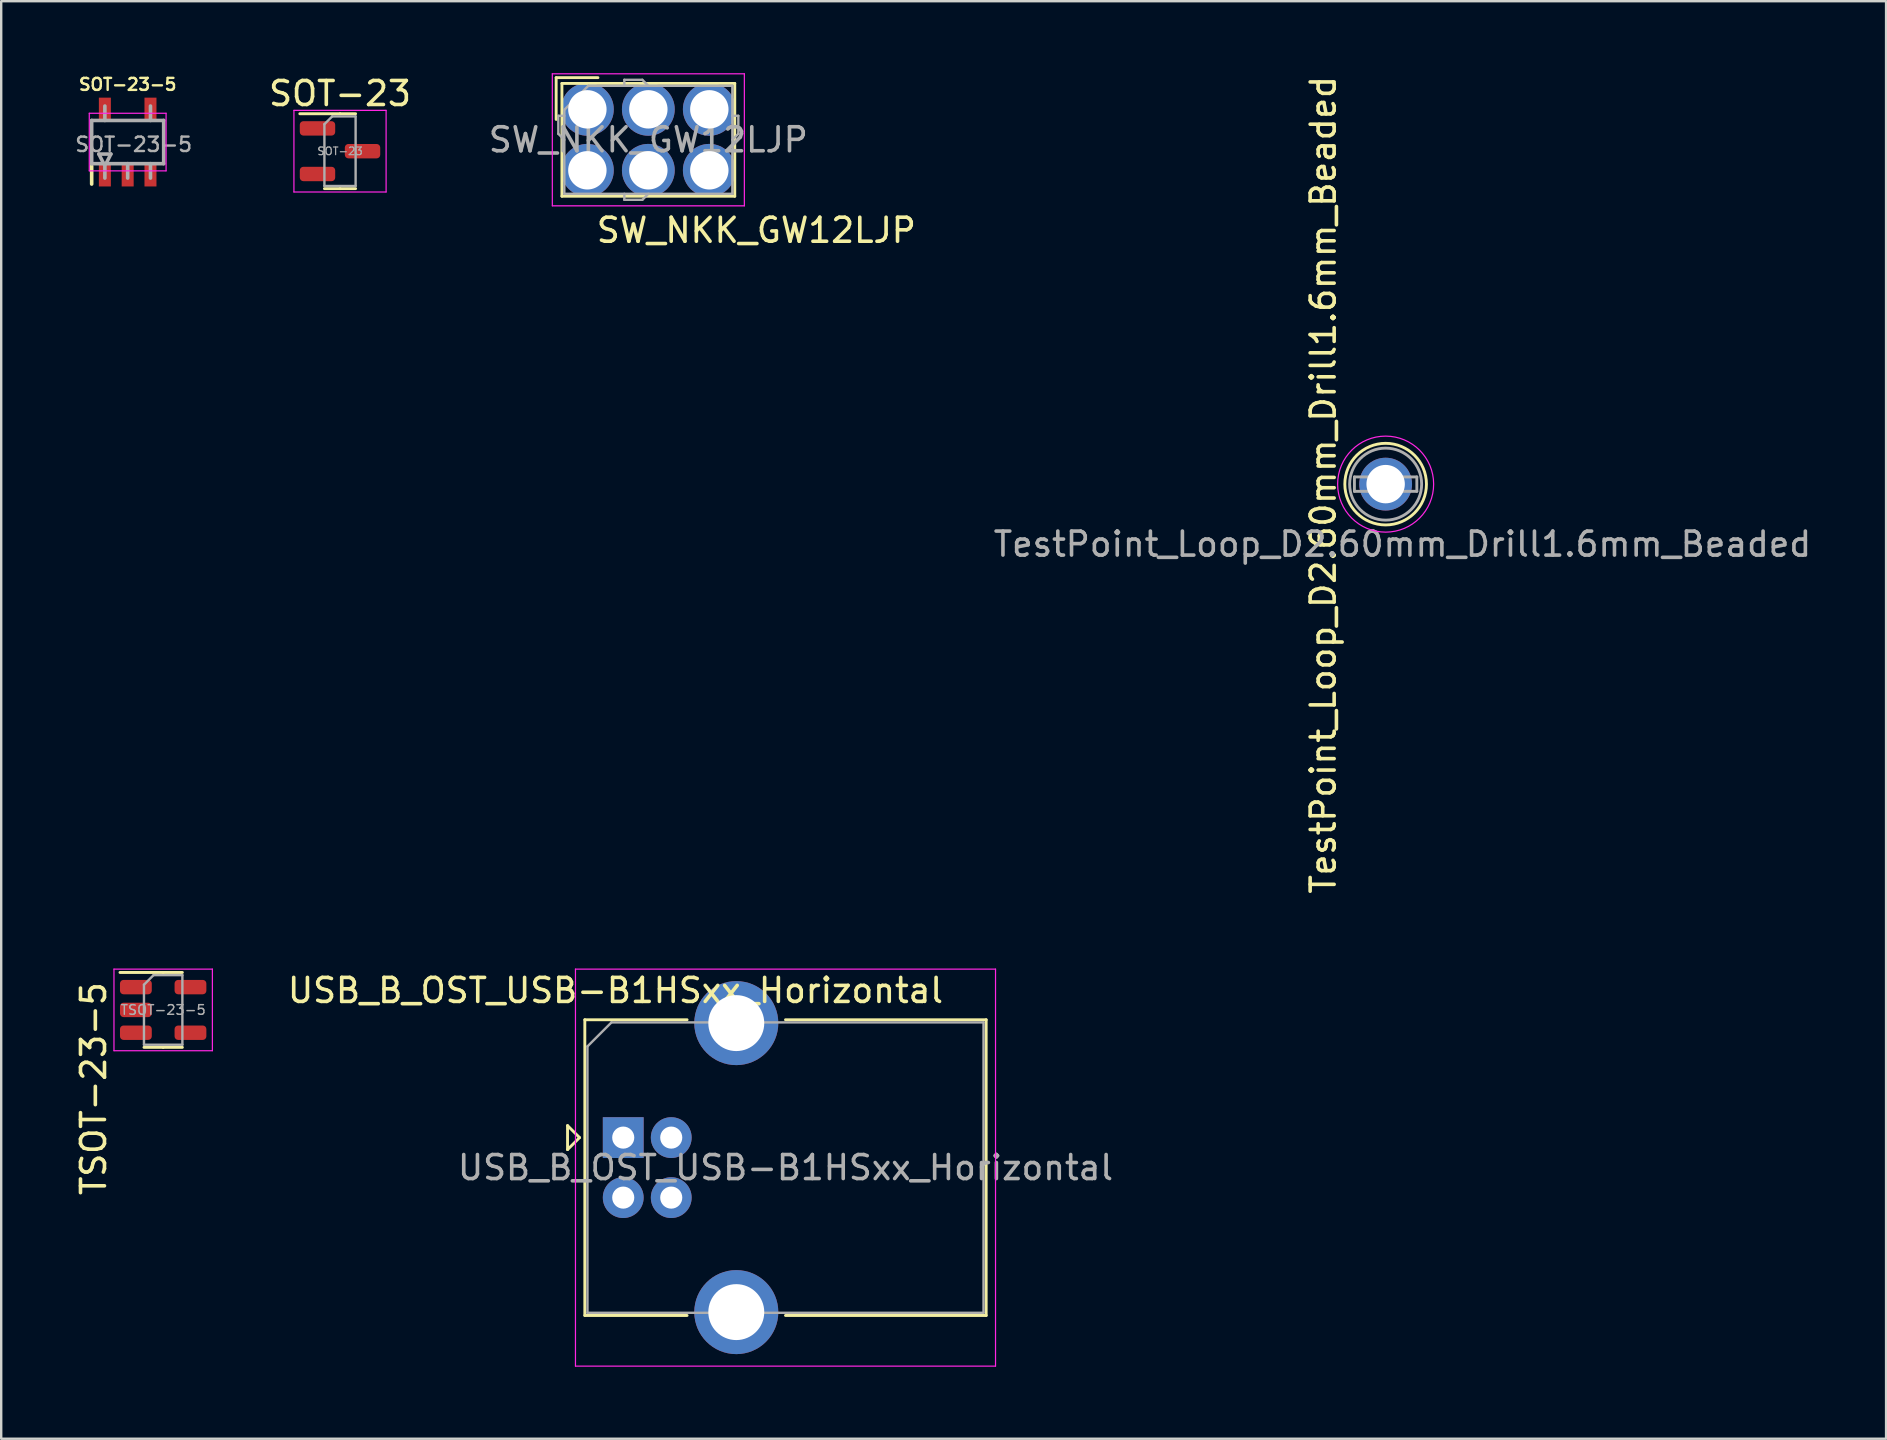
<source format=kicad_pcb>
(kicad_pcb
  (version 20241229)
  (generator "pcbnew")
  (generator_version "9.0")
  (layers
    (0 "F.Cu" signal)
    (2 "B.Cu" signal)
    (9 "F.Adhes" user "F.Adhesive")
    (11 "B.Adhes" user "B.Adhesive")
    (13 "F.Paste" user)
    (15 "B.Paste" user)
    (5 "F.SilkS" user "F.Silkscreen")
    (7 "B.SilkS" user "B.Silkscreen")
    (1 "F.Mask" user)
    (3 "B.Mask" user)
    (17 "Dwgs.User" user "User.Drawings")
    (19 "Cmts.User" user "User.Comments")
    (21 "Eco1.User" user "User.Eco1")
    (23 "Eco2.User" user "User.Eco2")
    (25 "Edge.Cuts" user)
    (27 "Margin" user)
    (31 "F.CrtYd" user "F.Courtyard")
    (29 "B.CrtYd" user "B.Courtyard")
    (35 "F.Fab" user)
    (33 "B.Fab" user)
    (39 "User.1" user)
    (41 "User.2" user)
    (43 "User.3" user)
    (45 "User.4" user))
  (footprint "TestPoint_Loop_D2.60mm_Drill1.6mm_Beaded"
    (layer "F.Cu")
    (at 54.676 17.119)
    (property "Reference" "TestPoint_Loop_D2.60mm_Drill1.6mm_Beaded" (at -2.6 0.03 270) (layer "F.SilkS") (effects (font (size 1 1) (thickness 0.15))))
    (attr through_hole)
    (fp_circle (center 0 0) (end 1.7 0) (stroke (width 0.12) (type solid)) (fill no) (layer "F.SilkS"))
    (fp_circle (center 0 0) (end 2 0) (stroke (width 0.05) (type solid)) (fill no) (layer "F.CrtYd"))
    (fp_line (start -1.3 -0.3) (end -1.3 0.3) (stroke (width 0.12) (type solid)) (layer "F.Fab"))
    (fp_line (start -1.3 0.3) (end 1.3 0.3) (stroke (width 0.12) (type solid)) (layer "F.Fab"))
    (fp_line (start 1.3 -0.3) (end -1.3 -0.3) (stroke (width 0.12) (type solid)) (layer "F.Fab"))
    (fp_line (start 1.3 0.3) (end 1.3 -0.3) (stroke (width 0.12) (type solid)) (layer "F.Fab"))
    (fp_circle (center 0 0) (end 1.5 0) (stroke (width 0.12) (type solid)) (fill no) (layer "F.Fab"))
    (fp_text user "${REFERENCE}" (at 0.7 2.5 180) (layer "F.Fab") (effects (font (size 1 1) (thickness 0.15))))
    (pad "1" thru_hole circle (at 0 0) (size 2.2 2.2) (drill 1.6) (layers "*.Cu" "*.Mask")))
  (footprint "TSOT-23-5"
    (layer "F.Cu")
    (at 3.748 39.023)
    (property "Reference" "TSOT-23-5" (at -2.9 3.28 270) (layer "F.SilkS") (effects (font (size 1 1) (thickness 0.15))))
    (attr smd)
    (fp_line (start 0 -1.56) (end -1.8 -1.56) (stroke (width 0.12) (type solid)) (layer "F.SilkS"))
    (fp_line (start 0 -1.56) (end 0.8 -1.56) (stroke (width 0.12) (type solid)) (layer "F.SilkS"))
    (fp_line (start 0 1.56) (end -0.8 1.56) (stroke (width 0.12) (type solid)) (layer "F.SilkS"))
    (fp_line (start 0 1.56) (end 0.8 1.56) (stroke (width 0.12) (type solid)) (layer "F.SilkS"))
    (fp_line (start -2.05 -1.7) (end -2.05 1.7) (stroke (width 0.05) (type solid)) (layer "F.CrtYd"))
    (fp_line (start -2.05 1.7) (end 2.05 1.7) (stroke (width 0.05) (type solid)) (layer "F.CrtYd"))
    (fp_line (start 2.05 -1.7) (end -2.05 -1.7) (stroke (width 0.05) (type solid)) (layer "F.CrtYd"))
    (fp_line (start 2.05 1.7) (end 2.05 -1.7) (stroke (width 0.05) (type solid)) (layer "F.CrtYd"))
    (fp_line (start -0.8 -1.05) (end -0.4 -1.45) (stroke (width 0.1) (type solid)) (layer "F.Fab"))
    (fp_line (start -0.8 1.45) (end -0.8 -1.05) (stroke (width 0.1) (type solid)) (layer "F.Fab"))
    (fp_line (start -0.4 -1.45) (end 0.8 -1.45) (stroke (width 0.1) (type solid)) (layer "F.Fab"))
    (fp_line (start 0.8 -1.45) (end 0.8 1.45) (stroke (width 0.1) (type solid)) (layer "F.Fab"))
    (fp_line (start 0.8 1.45) (end -0.8 1.45) (stroke (width 0.1) (type solid)) (layer "F.Fab"))
    (fp_text user "${REFERENCE}" (at 0 0 0) (layer "F.Fab") (effects (font (size 0.4 0.4) (thickness 0.06))))
    (pad "1" smd roundrect (at -1.137 -0.95) (size 1.325 0.6) (layers "F.Cu" "F.Mask" "F.Paste") (roundrect_rratio 0.25))
    (pad "2" smd roundrect (at -1.137 0) (size 1.325 0.6) (layers "F.Cu" "F.Mask" "F.Paste") (roundrect_rratio 0.25))
    (pad "3" smd roundrect (at -1.137 0.95) (size 1.325 0.6) (layers "F.Cu" "F.Mask" "F.Paste") (roundrect_rratio 0.25))
    (pad "4" smd roundrect (at 1.137 0.95) (size 1.325 0.6) (layers "F.Cu" "F.Mask" "F.Paste") (roundrect_rratio 0.25))
    (pad "5" smd roundrect (at 1.137 -0.95) (size 1.325 0.6) (layers "F.Cu" "F.Mask" "F.Paste") (roundrect_rratio 0.25)))
  (footprint "SOT-23-5"
    (layer "F.Cu")
    (at 2.269 2.868)
    (property "Reference" "SOT-23-5" (at 0 -2.4 0) (layer "F.SilkS") (effects (font (size 0.5 0.5) (thickness 0.1))))
    (attr smd)
    (fp_line (start -1.5 1) (end -1.5 1.75) (stroke (width 0.15) (type solid)) (layer "F.SilkS"))
    (fp_line (start -1.6 -1.2) (end -1.6 1.2) (stroke (width 0.05) (type solid)) (layer "F.CrtYd"))
    (fp_line (start -1.6 -1.2) (end 1.6 -1.2) (stroke (width 0.05) (type solid)) (layer "F.CrtYd"))
    (fp_line (start -1.6 1.2) (end 1.6 1.2) (stroke (width 0.05) (type solid)) (layer "F.CrtYd"))
    (fp_line (start 1.6 -1.2) (end 1.6 1.2) (stroke (width 0.05) (type solid)) (layer "F.CrtYd"))
    (fp_line (start -1.5 -0.9) (end -1.5 0.9) (stroke (width 0.15) (type solid)) (layer "F.Fab"))
    (fp_line (start -1.5 0.9) (end 1.5 0.9) (stroke (width 0.15) (type solid)) (layer "F.Fab"))
    (fp_line (start -1.2 0.5) (end -0.7 0.5) (stroke (width 0.15) (type solid)) (layer "F.Fab"))
    (fp_line (start -1 0.9) (end -1.2 0.5) (stroke (width 0.15) (type solid)) (layer "F.Fab"))
    (fp_line (start -0.95 -1.5) (end -0.95 -0.9) (stroke (width 0.15) (type solid)) (layer "F.Fab"))
    (fp_line (start -0.95 1.5) (end -0.95 0.9) (stroke (width 0.15) (type solid)) (layer "F.Fab"))
    (fp_line (start -0.7 0.5) (end -0.9 0.9) (stroke (width 0.15) (type solid)) (layer "F.Fab"))
    (fp_line (start 0 1.5) (end 0 0.9) (stroke (width 0.15) (type solid)) (layer "F.Fab"))
    (fp_line (start 0.95 -1.5) (end 0.95 -0.9) (stroke (width 0.15) (type solid)) (layer "F.Fab"))
    (fp_line (start 0.95 1.5) (end 0.95 0.9) (stroke (width 0.15) (type solid)) (layer "F.Fab"))
    (fp_line (start 1.5 -0.9) (end -1.5 -0.9) (stroke (width 0.15) (type solid)) (layer "F.Fab"))
    (fp_line (start 1.5 0.9) (end 1.5 -0.9) (stroke (width 0.15) (type solid)) (layer "F.Fab"))
    (fp_text user "${REFERENCE}" (at 0.25 0.1 0) (layer "F.Fab") (effects (font (size 0.6 0.6) (thickness 0.1))))
    (pad "1" smd rect (at -0.95 1.4) (size 0.5 0.9) (layers "F.Cu" "F.Mask" "F.Paste"))
    (pad "2" smd rect (at 0 1.4) (size 0.5 0.9) (layers "F.Cu" "F.Mask" "F.Paste"))
    (pad "3" smd rect (at 0.95 1.4) (size 0.5 0.9) (layers "F.Cu" "F.Mask" "F.Paste"))
    (pad "4" smd rect (at 0.95 -1.4) (size 0.5 0.9) (layers "F.Cu" "F.Mask" "F.Paste"))
    (pad "5" smd rect (at -0.95 -1.4) (size 0.5 0.9) (layers "F.Cu" "F.Mask" "F.Paste")))
  (footprint "SW_NKK_GW12LJP"
    (layer "F.Cu")
    (at 21.42 1.505)
    (property "Reference" "SW_NKK_GW12LJP" (at 7.04 5.04 180) (layer "F.SilkS") (effects (font (size 1 1) (thickness 0.15))))
    (attr through_hole)
    (fp_line (start -1.3 -1.32) (end 0.44 -1.32) (stroke (width 0.12) (type solid)) (layer "F.SilkS"))
    (fp_line (start -1.3 0.42) (end -1.3 -1.32) (stroke (width 0.12) (type solid)) (layer "F.SilkS"))
    (fp_line (start -1.06 -1.08) (end -1.06 3.62) (stroke (width 0.12) (type solid)) (layer "F.SilkS"))
    (fp_line (start -1.06 3.62) (end 6.14 3.62) (stroke (width 0.12) (type solid)) (layer "F.SilkS"))
    (fp_line (start 6.14 -1.08) (end -1.06 -1.08) (stroke (width 0.12) (type solid)) (layer "F.SilkS"))
    (fp_line (start 6.14 3.62) (end 6.14 -1.08) (stroke (width 0.12) (type solid)) (layer "F.SilkS"))
    (fp_line (start -1.46 -1.48) (end -1.46 4.02) (stroke (width 0.05) (type solid)) (layer "F.CrtYd"))
    (fp_line (start -1.46 4.02) (end 6.54 4.02) (stroke (width 0.05) (type solid)) (layer "F.CrtYd"))
    (fp_line (start 6.54 -1.48) (end -1.46 -1.48) (stroke (width 0.05) (type solid)) (layer "F.CrtYd"))
    (fp_line (start 6.54 4.02) (end 6.54 -1.48) (stroke (width 0.05) (type solid)) (layer "F.CrtYd"))
    (fp_line (start -1.21 0.27) (end -0.96 0.27) (stroke (width 0.1) (type solid)) (layer "F.Fab"))
    (fp_line (start -1.21 1.02) (end -1.21 0.27) (stroke (width 0.1) (type solid)) (layer "F.Fab"))
    (fp_line (start -0.96 0.02) (end 0.04 -0.98) (stroke (width 0.1) (type solid)) (layer "F.Fab"))
    (fp_line (start -0.96 1.27) (end -1.21 1.02) (stroke (width 0.1) (type solid)) (layer "F.Fab"))
    (fp_line (start -0.96 3.52) (end -0.96 0.02) (stroke (width 0.1) (type solid)) (layer "F.Fab"))
    (fp_line (start 0.04 -0.98) (end 6.04 -0.98) (stroke (width 0.1) (type solid)) (layer "F.Fab"))
    (fp_line (start 1.54 -1.23) (end 1.54 -0.98) (stroke (width 0.1) (type solid)) (layer "F.Fab"))
    (fp_line (start 1.54 3.77) (end 1.54 3.52) (stroke (width 0.1) (type solid)) (layer "F.Fab"))
    (fp_line (start 2.29 -1.23) (end 1.54 -1.23) (stroke (width 0.1) (type solid)) (layer "F.Fab"))
    (fp_line (start 2.29 3.77) (end 1.54 3.77) (stroke (width 0.1) (type solid)) (layer "F.Fab"))
    (fp_line (start 2.54 -0.98) (end 2.29 -1.23) (stroke (width 0.1) (type solid)) (layer "F.Fab"))
    (fp_line (start 2.54 3.52) (end 2.29 3.77) (stroke (width 0.1) (type solid)) (layer "F.Fab"))
    (fp_line (start 6.04 -0.98) (end 6.04 3.52) (stroke (width 0.1) (type solid)) (layer "F.Fab"))
    (fp_line (start 6.04 1.27) (end 6.29 1.02) (stroke (width 0.1) (type solid)) (layer "F.Fab"))
    (fp_line (start 6.04 3.52) (end -0.96 3.52) (stroke (width 0.1) (type solid)) (layer "F.Fab"))
    (fp_line (start 6.29 0.27) (end 6.04 0.27) (stroke (width 0.1) (type solid)) (layer "F.Fab"))
    (fp_line (start 6.29 1.02) (end 6.29 0.27) (stroke (width 0.1) (type solid)) (layer "F.Fab"))
    (fp_text user "${REFERENCE}" (at 2.54 1.27 0) (layer "F.Fab") (effects (font (size 1 1) (thickness 0.15))))
    (pad "1" thru_hole circle (at 0 0) (size 2.2 2.2) (drill 1.6) (layers "*.Cu" "*.Mask"))
    (pad "2" thru_hole circle (at 2.54 0) (size 2.2 2.2) (drill 1.6) (layers "*.Cu" "*.Mask"))
    (pad "3" thru_hole circle (at 5.08 0) (size 2.2 2.2) (drill 1.6) (layers "*.Cu" "*.Mask"))
    (pad "4" thru_hole circle (at 0 2.54) (size 2.2 2.2) (drill 1.6) (layers "*.Cu" "*.Mask"))
    (pad "5" thru_hole circle (at 2.54 2.54) (size 2.2 2.2) (drill 1.6) (layers "*.Cu" "*.Mask"))
    (pad "6" thru_hole circle (at 5.08 2.54) (size 2.2 2.2) (drill 1.6) (layers "*.Cu" "*.Mask")))
  (footprint "SOT-23"
    (layer "F.Cu")
    (at 11.115 3.248)
    (property "Reference" "SOT-23" (at 0 -2.4 0) (layer "F.SilkS") (effects (font (size 1 1) (thickness 0.15))))
    (attr smd)
    (fp_line (start 0 -1.56) (end -1.675 -1.56) (stroke (width 0.12) (type solid)) (layer "F.SilkS"))
    (fp_line (start 0 -1.56) (end 0.65 -1.56) (stroke (width 0.12) (type solid)) (layer "F.SilkS"))
    (fp_line (start 0 1.56) (end -0.65 1.56) (stroke (width 0.12) (type solid)) (layer "F.SilkS"))
    (fp_line (start 0 1.56) (end 0.65 1.56) (stroke (width 0.12) (type solid)) (layer "F.SilkS"))
    (fp_line (start -1.92 -1.7) (end -1.92 1.7) (stroke (width 0.05) (type solid)) (layer "F.CrtYd"))
    (fp_line (start -1.92 1.7) (end 1.92 1.7) (stroke (width 0.05) (type solid)) (layer "F.CrtYd"))
    (fp_line (start 1.92 -1.7) (end -1.92 -1.7) (stroke (width 0.05) (type solid)) (layer "F.CrtYd"))
    (fp_line (start 1.92 1.7) (end 1.92 -1.7) (stroke (width 0.05) (type solid)) (layer "F.CrtYd"))
    (fp_line (start -0.65 -1.125) (end -0.325 -1.45) (stroke (width 0.1) (type solid)) (layer "F.Fab"))
    (fp_line (start -0.65 1.45) (end -0.65 -1.125) (stroke (width 0.1) (type solid)) (layer "F.Fab"))
    (fp_line (start -0.325 -1.45) (end 0.65 -1.45) (stroke (width 0.1) (type solid)) (layer "F.Fab"))
    (fp_line (start 0.65 -1.45) (end 0.65 1.45) (stroke (width 0.1) (type solid)) (layer "F.Fab"))
    (fp_line (start 0.65 1.45) (end -0.65 1.45) (stroke (width 0.1) (type solid)) (layer "F.Fab"))
    (fp_text user "${REFERENCE}" (at 0 0 0) (layer "F.Fab") (effects (font (size 0.32 0.32) (thickness 0.05))))
    (pad "1" smd roundrect (at -0.938 -0.95) (size 1.475 0.6) (layers "F.Cu" "F.Mask" "F.Paste") (roundrect_rratio 0.25))
    (pad "2" smd roundrect (at -0.938 0.95) (size 1.475 0.6) (layers "F.Cu" "F.Mask" "F.Paste") (roundrect_rratio 0.25))
    (pad "3" smd roundrect (at 0.938 0) (size 1.475 0.6) (layers "F.Cu" "F.Mask" "F.Paste") (roundrect_rratio 0.25)))
  (footprint "USB_B_OST_USB-B1HSxx_Horizontal"
    (layer "F.Cu")
    (at 22.914 44.343)
    (property "Reference" "USB_B_OST_USB-B1HSxx_Horizontal" (at -0.323 -6.13 180) (layer "F.SilkS") (effects (font (size 1 1) (thickness 0.15))))
    (fp_line (start -2.32 -0.5) (end -2.32 0.5) (stroke (width 0.12) (type solid)) (layer "F.SilkS"))
    (fp_line (start -2.32 0.5) (end -1.82 0) (stroke (width 0.12) (type solid)) (layer "F.SilkS"))
    (fp_line (start -1.82 0) (end -2.32 -0.5) (stroke (width 0.12) (type solid)) (layer "F.SilkS"))
    (fp_line (start -1.6 -4.91) (end -1.6 7.41) (stroke (width 0.12) (type solid)) (layer "F.SilkS"))
    (fp_line (start -1.6 7.41) (end 2.66 7.41) (stroke (width 0.12) (type solid)) (layer "F.SilkS"))
    (fp_line (start 2.66 -4.91) (end -1.6 -4.91) (stroke (width 0.12) (type solid)) (layer "F.SilkS"))
    (fp_line (start 6.76 -4.91) (end 15.12 -4.91) (stroke (width 0.12) (type solid)) (layer "F.SilkS"))
    (fp_line (start 15.12 -4.91) (end 15.12 7.41) (stroke (width 0.12) (type solid)) (layer "F.SilkS"))
    (fp_line (start 15.12 7.41) (end 6.76 7.41) (stroke (width 0.12) (type solid)) (layer "F.SilkS"))
    (fp_line (start -1.99 -7.02) (end -1.99 9.52) (stroke (width 0.05) (type solid)) (layer "F.CrtYd"))
    (fp_line (start -1.99 9.52) (end 15.51 9.52) (stroke (width 0.05) (type solid)) (layer "F.CrtYd"))
    (fp_line (start 15.51 -7.02) (end -1.99 -7.02) (stroke (width 0.05) (type solid)) (layer "F.CrtYd"))
    (fp_line (start 15.51 9.52) (end 15.51 -7.02) (stroke (width 0.05) (type solid)) (layer "F.CrtYd"))
    (fp_line (start -1.49 -3.8) (end -0.49 -4.8) (stroke (width 0.1) (type solid)) (layer "F.Fab"))
    (fp_line (start -1.49 7.3) (end -1.49 -3.8) (stroke (width 0.1) (type solid)) (layer "F.Fab"))
    (fp_line (start -0.49 -4.8) (end 15.01 -4.8) (stroke (width 0.1) (type solid)) (layer "F.Fab"))
    (fp_line (start 15.01 -4.8) (end 15.01 7.3) (stroke (width 0.1) (type solid)) (layer "F.Fab"))
    (fp_line (start 15.01 7.3) (end -1.49 7.3) (stroke (width 0.1) (type solid)) (layer "F.Fab"))
    (fp_text user "${REFERENCE}" (at 6.76 1.25 180) (layer "F.Fab") (effects (font (size 1 1) (thickness 0.15))))
    (pad "1" thru_hole rect (at 0 0) (size 1.7 1.7) (drill 0.92) (layers "*.Cu" "*.Mask"))
    (pad "2" thru_hole circle (at 0 2.5) (size 1.7 1.7) (drill 0.92) (layers "*.Cu" "*.Mask"))
    (pad "3" thru_hole circle (at 2 2.5) (size 1.7 1.7) (drill 0.92) (layers "*.Cu" "*.Mask"))
    (pad "4" thru_hole circle (at 2 0) (size 1.7 1.7) (drill 0.92) (layers "*.Cu" "*.Mask"))
    (pad "5" thru_hole circle (at 4.71 -4.77) (size 3.5 3.5) (drill 2.33) (layers "*.Cu" "*.Mask"))
    (pad "5" thru_hole circle (at 4.71 7.27) (size 3.5 3.5) (drill 2.33) (layers "*.Cu" "*.Mask")))
  (gr_rect
    (start -3 -3)
    (end 75.525 56.888)
    (stroke (width 0.1) (type default))
    (fill no)
    (layer "Edge.Cuts")))
</source>
